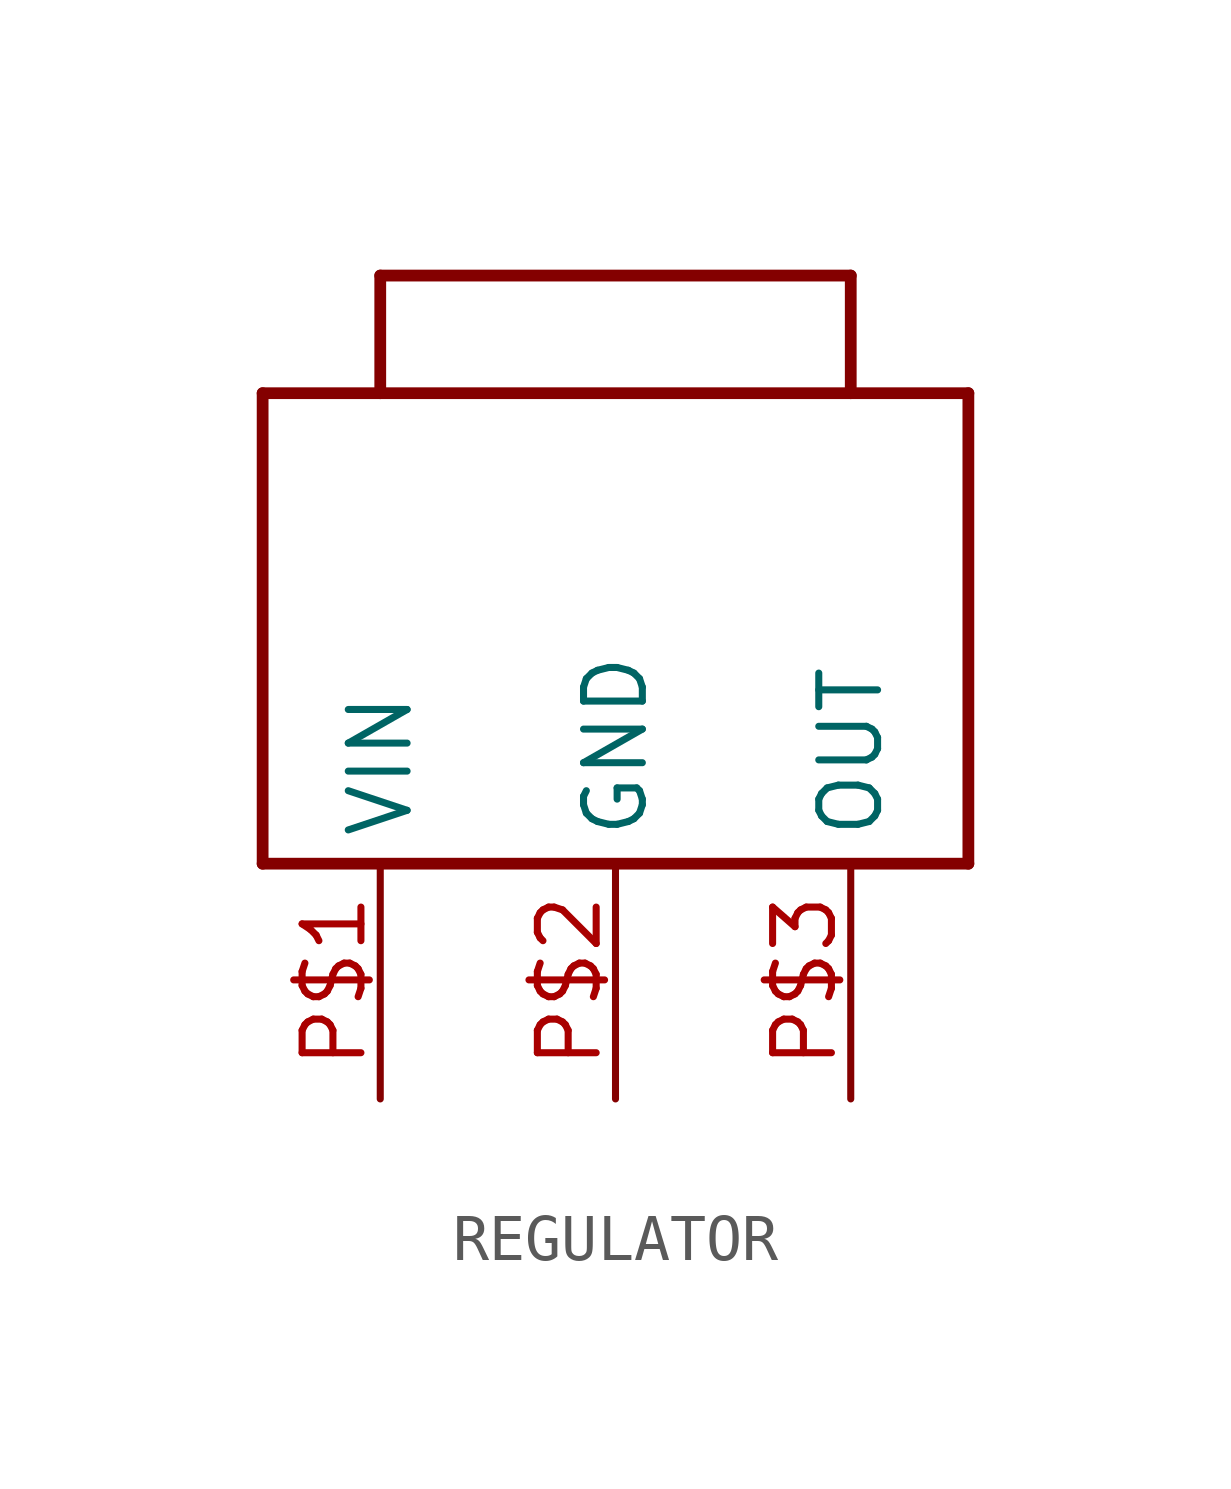
<source format=kicad_sym>
(kicad_symbol_lib
  (version 20220914)
  (generator kicad_symbol_editor)
  (symbol "REGULATOR"
    (property "Reference" ""
      (at 0 0 0)
      (effects (font (size 1.27 1.27)) hide))
    (property "ki_locked" ""
      (at 0 0 0)
      (effects (font (size 1.27 1.27))))
    (symbol "REGULATOR_1_0"
      (polyline (pts (xy -7.62 -5.08) (xy 7.62 -5.08)) (stroke (width 0.254) (type solid)) (fill (type none)))
      (polyline (pts (xy -7.62 5.08) (xy -7.62 -5.08)) (stroke (width 0.254) (type solid)) (fill (type none)))
      (polyline (pts (xy -5.08 5.08) (xy -7.62 5.08)) (stroke (width 0.254) (type solid)) (fill (type none)))
      (polyline (pts (xy -5.08 5.08) (xy -5.08 7.62)) (stroke (width 0.254) (type solid)) (fill (type none)))
      (polyline (pts (xy -5.08 7.62) (xy 5.08 7.62)) (stroke (width 0.254) (type solid)) (fill (type none)))
      (polyline (pts (xy 5.08 5.08) (xy -5.08 5.08)) (stroke (width 0.254) (type solid)) (fill (type none)))
      (polyline (pts (xy 5.08 7.62) (xy 5.08 5.08)) (stroke (width 0.254) (type solid)) (fill (type none)))
      (polyline (pts (xy 7.62 -5.08) (xy 7.62 5.08)) (stroke (width 0.254) (type solid)) (fill (type none)))
      (polyline (pts (xy 7.62 5.08) (xy 5.08 5.08)) (stroke (width 0.254) (type solid)) (fill (type none)))
      (pin bidirectional line (at -5.08 -10.16 90) (length 5.08) (name "VIN" (effects (font (size 1.27 1.27)))) (number "P$1" (effects (font (size 1.27 1.27)))))
      (pin bidirectional line (at 0 -10.16 90) (length 5.08) (name "GND" (effects (font (size 1.27 1.27)))) (number "P$2" (effects (font (size 1.27 1.27)))))
      (pin bidirectional line (at 5.08 -10.16 90) (length 5.08) (name "OUT" (effects (font (size 1.27 1.27)))) (number "P$3" (effects (font (size 1.27 1.27))))))))
</source>
